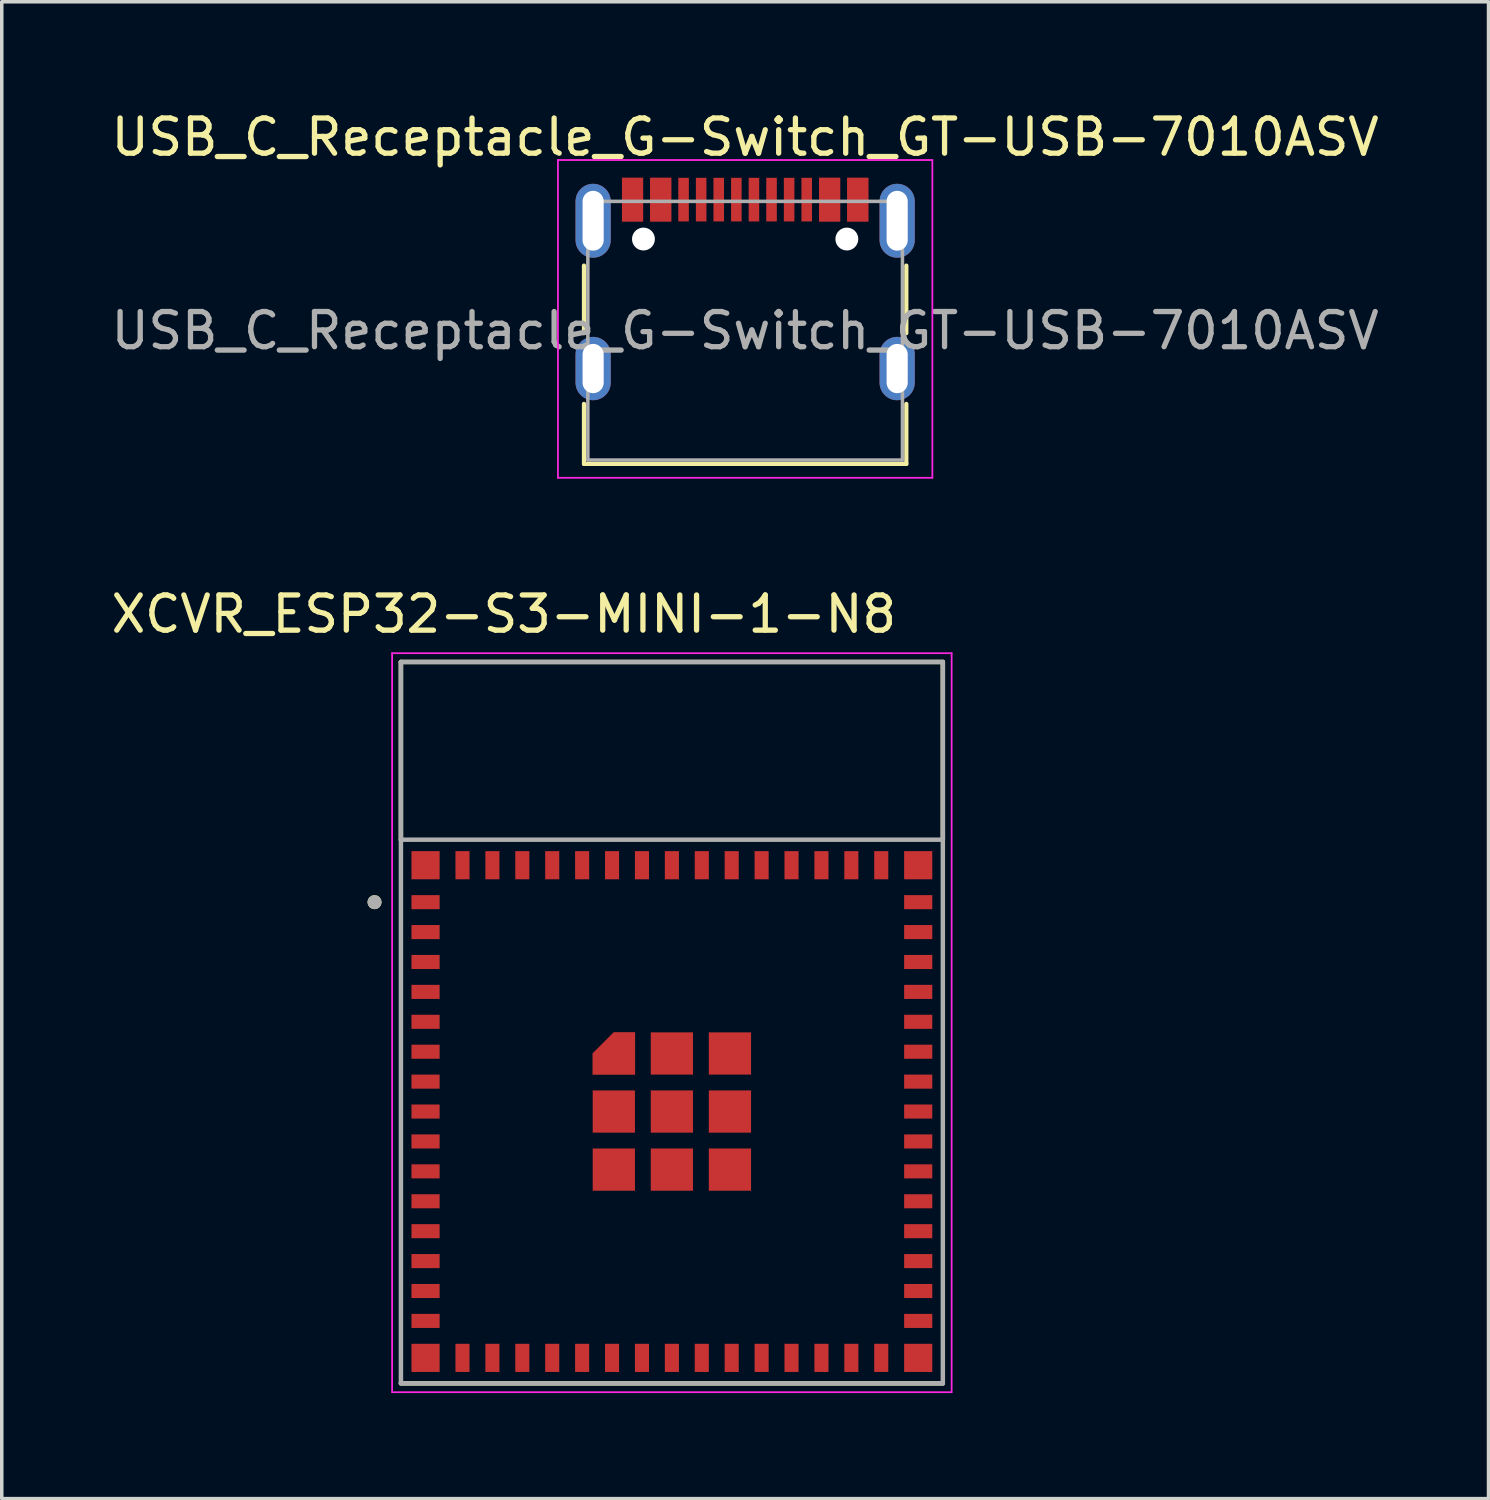
<source format=kicad_pcb>
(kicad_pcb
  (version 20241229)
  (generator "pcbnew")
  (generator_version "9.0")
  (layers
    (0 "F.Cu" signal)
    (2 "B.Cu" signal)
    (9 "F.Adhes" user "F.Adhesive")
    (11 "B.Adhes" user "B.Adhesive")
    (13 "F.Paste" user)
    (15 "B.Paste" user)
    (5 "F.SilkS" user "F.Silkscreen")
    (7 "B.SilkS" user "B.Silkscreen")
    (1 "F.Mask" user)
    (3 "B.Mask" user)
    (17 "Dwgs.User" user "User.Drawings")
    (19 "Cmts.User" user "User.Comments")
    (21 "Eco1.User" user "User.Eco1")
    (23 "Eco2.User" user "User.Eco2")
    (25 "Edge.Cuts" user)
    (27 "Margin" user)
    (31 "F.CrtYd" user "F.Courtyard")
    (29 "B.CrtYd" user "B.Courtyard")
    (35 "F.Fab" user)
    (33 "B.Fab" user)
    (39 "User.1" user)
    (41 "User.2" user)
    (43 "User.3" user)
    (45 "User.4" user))
  (footprint "XCVR_ESP32-S3-MINI-1-N8"
    (layer "F.Cu")
    (at 16.043 28.537)
    (property "Reference" "XCVR_ESP32-S3-MINI-1-N8" (at -4.775 -14.135 0) (layer "F.SilkS") (effects (font (size 1 1) (thickness 0.15))))
    (attr smd)
    (fp_poly (pts (xy -2.35 -0.95) (xy -0.95 -0.95) (xy -0.95 -2.35) (xy -1.7 -2.35) (xy -2.35 -1.7)) (stroke (width 0.01) (type solid)) (fill yes) (layer "F.Mask"))
    (fp_line (start -7.7 -12.775) (end 7.7 -12.775) (stroke (width 0.127) (type solid)) (layer "F.SilkS"))
    (fp_line (start -7.7 -7.725) (end -7.7 -12.775) (stroke (width 0.127) (type solid)) (layer "F.SilkS"))
    (fp_line (start 7.7 -12.775) (end 7.7 -7.725) (stroke (width 0.127) (type solid)) (layer "F.SilkS"))
    (fp_line (start 7.7 7.725) (end -7.7 7.725) (stroke (width 0.127) (type solid)) (layer "F.SilkS"))
    (fp_circle (center -8.45 -5.95) (end -8.35 -5.95) (stroke (width 0.2) (type solid)) (fill no) (layer "F.SilkS"))
    (fp_poly (pts (xy -2.25 -1.05) (xy -1.05 -1.05) (xy -1.05 -2.25) (xy -1.65 -2.25) (xy -2.25 -1.65)) (stroke (width 0.01) (type solid)) (fill yes) (layer "F.Paste"))
    (fp_line (start -7.95 -13.025) (end -7.95 7.975) (stroke (width 0.05) (type solid)) (layer "F.CrtYd"))
    (fp_line (start -7.95 7.975) (end 7.95 7.975) (stroke (width 0.05) (type solid)) (layer "F.CrtYd"))
    (fp_line (start 7.95 -13.025) (end -7.95 -13.025) (stroke (width 0.05) (type solid)) (layer "F.CrtYd"))
    (fp_line (start 7.95 7.975) (end 7.95 -13.025) (stroke (width 0.05) (type solid)) (layer "F.CrtYd"))
    (fp_line (start -7.7 -12.775) (end 7.7 -12.775) (stroke (width 0.127) (type solid)) (layer "F.Fab"))
    (fp_line (start -7.7 -7.725) (end -7.7 -12.775) (stroke (width 0.127) (type solid)) (layer "F.Fab"))
    (fp_line (start -7.7 -7.725) (end 7.7 -7.725) (stroke (width 0.127) (type solid)) (layer "F.Fab"))
    (fp_line (start -7.7 7.725) (end -7.7 -7.725) (stroke (width 0.127) (type solid)) (layer "F.Fab"))
    (fp_line (start 7.7 -12.775) (end 7.7 -7.725) (stroke (width 0.127) (type solid)) (layer "F.Fab"))
    (fp_line (start 7.7 -7.725) (end 7.7 7.725) (stroke (width 0.127) (type solid)) (layer "F.Fab"))
    (fp_line (start 7.7 7.725) (end -7.7 7.725) (stroke (width 0.127) (type solid)) (layer "F.Fab"))
    (fp_circle (center -8.45 -5.95) (end -8.35 -5.95) (stroke (width 0.2) (type solid)) (fill no) (layer "F.Fab"))
    (pad "1" smd rect (at -7 -5.95) (size 0.8 0.4) (layers "F.Cu" "F.Mask" "F.Paste"))
    (pad "2" smd rect (at -7 -5.1) (size 0.8 0.4) (layers "F.Cu" "F.Mask" "F.Paste"))
    (pad "3" smd rect (at -7 -4.25) (size 0.8 0.4) (layers "F.Cu" "F.Mask" "F.Paste"))
    (pad "4" smd rect (at -7 -3.4) (size 0.8 0.4) (layers "F.Cu" "F.Mask" "F.Paste"))
    (pad "5" smd rect (at -7 -2.55) (size 0.8 0.4) (layers "F.Cu" "F.Mask" "F.Paste"))
    (pad "6" smd rect (at -7 -1.7) (size 0.8 0.4) (layers "F.Cu" "F.Mask" "F.Paste"))
    (pad "7" smd rect (at -7 -0.85) (size 0.8 0.4) (layers "F.Cu" "F.Mask" "F.Paste"))
    (pad "8" smd rect (at -7 0) (size 0.8 0.4) (layers "F.Cu" "F.Mask" "F.Paste"))
    (pad "9" smd rect (at -7 0.85) (size 0.8 0.4) (layers "F.Cu" "F.Mask" "F.Paste"))
    (pad "10" smd rect (at -7 1.7) (size 0.8 0.4) (layers "F.Cu" "F.Mask" "F.Paste"))
    (pad "11" smd rect (at -7 2.55) (size 0.8 0.4) (layers "F.Cu" "F.Mask" "F.Paste"))
    (pad "12" smd rect (at -7 3.4) (size 0.8 0.4) (layers "F.Cu" "F.Mask" "F.Paste"))
    (pad "13" smd rect (at -7 4.25) (size 0.8 0.4) (layers "F.Cu" "F.Mask" "F.Paste"))
    (pad "14" smd rect (at -7 5.1) (size 0.8 0.4) (layers "F.Cu" "F.Mask" "F.Paste"))
    (pad "15" smd rect (at -7 5.95) (size 0.8 0.4) (layers "F.Cu" "F.Mask" "F.Paste"))
    (pad "16" smd rect (at -5.95 7) (size 0.4 0.8) (layers "F.Cu" "F.Mask" "F.Paste"))
    (pad "17" smd rect (at -5.1 7) (size 0.4 0.8) (layers "F.Cu" "F.Mask" "F.Paste"))
    (pad "18" smd rect (at -4.25 7) (size 0.4 0.8) (layers "F.Cu" "F.Mask" "F.Paste"))
    (pad "19" smd rect (at -3.4 7) (size 0.4 0.8) (layers "F.Cu" "F.Mask" "F.Paste"))
    (pad "20" smd rect (at -2.55 7) (size 0.4 0.8) (layers "F.Cu" "F.Mask" "F.Paste"))
    (pad "21" smd rect (at -1.7 7) (size 0.4 0.8) (layers "F.Cu" "F.Mask" "F.Paste"))
    (pad "22" smd rect (at -0.85 7) (size 0.4 0.8) (layers "F.Cu" "F.Mask" "F.Paste"))
    (pad "23" smd rect (at 0 7) (size 0.4 0.8) (layers "F.Cu" "F.Mask" "F.Paste"))
    (pad "24" smd rect (at 0.85 7) (size 0.4 0.8) (layers "F.Cu" "F.Mask" "F.Paste"))
    (pad "25" smd rect (at 1.7 7) (size 0.4 0.8) (layers "F.Cu" "F.Mask" "F.Paste"))
    (pad "26" smd rect (at 2.55 7) (size 0.4 0.8) (layers "F.Cu" "F.Mask" "F.Paste"))
    (pad "27" smd rect (at 3.4 7) (size 0.4 0.8) (layers "F.Cu" "F.Mask" "F.Paste"))
    (pad "28" smd rect (at 4.25 7) (size 0.4 0.8) (layers "F.Cu" "F.Mask" "F.Paste"))
    (pad "29" smd rect (at 5.1 7) (size 0.4 0.8) (layers "F.Cu" "F.Mask" "F.Paste"))
    (pad "30" smd rect (at 5.95 7) (size 0.4 0.8) (layers "F.Cu" "F.Mask" "F.Paste"))
    (pad "31" smd rect (at 7 5.95) (size 0.8 0.4) (layers "F.Cu" "F.Mask" "F.Paste"))
    (pad "32" smd rect (at 7 5.1) (size 0.8 0.4) (layers "F.Cu" "F.Mask" "F.Paste"))
    (pad "33" smd rect (at 7 4.25) (size 0.8 0.4) (layers "F.Cu" "F.Mask" "F.Paste"))
    (pad "34" smd rect (at 7 3.4) (size 0.8 0.4) (layers "F.Cu" "F.Mask" "F.Paste"))
    (pad "35" smd rect (at 7 2.55) (size 0.8 0.4) (layers "F.Cu" "F.Mask" "F.Paste"))
    (pad "36" smd rect (at 7 1.7) (size 0.8 0.4) (layers "F.Cu" "F.Mask" "F.Paste"))
    (pad "37" smd rect (at 7 0.85) (size 0.8 0.4) (layers "F.Cu" "F.Mask" "F.Paste"))
    (pad "38" smd rect (at 7 0) (size 0.8 0.4) (layers "F.Cu" "F.Mask" "F.Paste"))
    (pad "39" smd rect (at 7 -0.85) (size 0.8 0.4) (layers "F.Cu" "F.Mask" "F.Paste"))
    (pad "40" smd rect (at 7 -1.7) (size 0.8 0.4) (layers "F.Cu" "F.Mask" "F.Paste"))
    (pad "41" smd rect (at 7 -2.55) (size 0.8 0.4) (layers "F.Cu" "F.Mask" "F.Paste"))
    (pad "42" smd rect (at 7 -3.4) (size 0.8 0.4) (layers "F.Cu" "F.Mask" "F.Paste"))
    (pad "43" smd rect (at 7 -4.25) (size 0.8 0.4) (layers "F.Cu" "F.Mask" "F.Paste"))
    (pad "44" smd rect (at 7 -5.1) (size 0.8 0.4) (layers "F.Cu" "F.Mask" "F.Paste"))
    (pad "45" smd rect (at 7 -5.95) (size 0.8 0.4) (layers "F.Cu" "F.Mask" "F.Paste"))
    (pad "46" smd rect (at 5.95 -7) (size 0.4 0.8) (layers "F.Cu" "F.Mask" "F.Paste"))
    (pad "47" smd rect (at 5.1 -7) (size 0.4 0.8) (layers "F.Cu" "F.Mask" "F.Paste"))
    (pad "48" smd rect (at 4.25 -7) (size 0.4 0.8) (layers "F.Cu" "F.Mask" "F.Paste"))
    (pad "49" smd rect (at 3.4 -7) (size 0.4 0.8) (layers "F.Cu" "F.Mask" "F.Paste"))
    (pad "50" smd rect (at 2.55 -7) (size 0.4 0.8) (layers "F.Cu" "F.Mask" "F.Paste"))
    (pad "51" smd rect (at 1.7 -7) (size 0.4 0.8) (layers "F.Cu" "F.Mask" "F.Paste"))
    (pad "52" smd rect (at 0.85 -7) (size 0.4 0.8) (layers "F.Cu" "F.Mask" "F.Paste"))
    (pad "53" smd rect (at 0 -7) (size 0.4 0.8) (layers "F.Cu" "F.Mask" "F.Paste"))
    (pad "54" smd rect (at -0.85 -7) (size 0.4 0.8) (layers "F.Cu" "F.Mask" "F.Paste"))
    (pad "55" smd rect (at -1.7 -7) (size 0.4 0.8) (layers "F.Cu" "F.Mask" "F.Paste"))
    (pad "56" smd rect (at -2.55 -7) (size 0.4 0.8) (layers "F.Cu" "F.Mask" "F.Paste"))
    (pad "57" smd rect (at -3.4 -7) (size 0.4 0.8) (layers "F.Cu" "F.Mask" "F.Paste"))
    (pad "58" smd rect (at -4.25 -7) (size 0.4 0.8) (layers "F.Cu" "F.Mask" "F.Paste"))
    (pad "59" smd rect (at -5.1 -7) (size 0.4 0.8) (layers "F.Cu" "F.Mask" "F.Paste"))
    (pad "60" smd rect (at -5.95 -7) (size 0.4 0.8) (layers "F.Cu" "F.Mask" "F.Paste"))
    (pad "61" smd rect (at 0 0) (size 1.2 1.2) (layers "F.Cu" "F.Mask" "F.Paste"))
    (pad "61_1" smd custom (at -1.65 -1.65) (size 0.4 0.4) (layers "F.Cu") (options (anchor rect)) (primitives (gr_poly (pts (xy -0.6 0.6) (xy 0.6 0.6) (xy 0.6 -0.6) (xy 0 -0.6) (xy -0.6 0)) (width 0.01) (fill yes))))
    (pad "61_2" smd rect (at 0 -1.65) (size 1.2 1.2) (layers "F.Cu" "F.Mask" "F.Paste"))
    (pad "61_3" smd rect (at 1.65 -1.65) (size 1.2 1.2) (layers "F.Cu" "F.Mask" "F.Paste"))
    (pad "61_4" smd rect (at 1.65 0) (size 1.2 1.2) (layers "F.Cu" "F.Mask" "F.Paste"))
    (pad "61_5" smd rect (at 1.65 1.65) (size 1.2 1.2) (layers "F.Cu" "F.Mask" "F.Paste"))
    (pad "61_6" smd rect (at 0 1.65) (size 1.2 1.2) (layers "F.Cu" "F.Mask" "F.Paste"))
    (pad "61_7" smd rect (at -1.65 1.65) (size 1.2 1.2) (layers "F.Cu" "F.Mask" "F.Paste"))
    (pad "61_8" smd rect (at -1.65 0) (size 1.2 1.2) (layers "F.Cu" "F.Mask" "F.Paste"))
    (pad "62" smd rect (at -7 -7) (size 0.8 0.8) (layers "F.Cu" "F.Mask" "F.Paste"))
    (pad "63" smd rect (at -7 7) (size 0.8 0.8) (layers "F.Cu" "F.Mask" "F.Paste"))
    (pad "64" smd rect (at 7 7) (size 0.8 0.8) (layers "F.Cu" "F.Mask" "F.Paste"))
    (pad "65" smd rect (at 7 -7) (size 0.8 0.8) (layers "F.Cu" "F.Mask" "F.Paste"))
    (zone (net_name "") (layer "F.Cu") (hatch full 0.508) (connect_pads) (min_thickness 0.01) (filled_areas_thickness no) (keepout (tracks not_allowed) (vias not_allowed) (pads not_allowed) (copperpour not_allowed) (footprints allowed)) (placement (enabled no)) (fill) (polygon (pts (xy 8.343 15.761) (xy 23.743 15.761) (xy 23.743 20.811) (xy 8.343 20.811))))
    (zone (net_name "") (layers "F.Cu" "B.Cu") (hatch full 0.508) (connect_pads) (min_thickness 0.01) (filled_areas_thickness no) (keepout (tracks allowed) (vias not_allowed) (pads allowed) (copperpour allowed) (footprints allowed)) (placement (enabled no)) (fill) (polygon (pts (xy 8.343 15.761) (xy 23.743 15.761) (xy 23.743 20.811) (xy 8.343 20.811))))
    (zone (net_name "") (layer "B.Cu") (hatch full 0.508) (connect_pads) (min_thickness 0.01) (filled_areas_thickness no) (keepout (tracks not_allowed) (vias not_allowed) (pads not_allowed) (copperpour not_allowed) (footprints allowed)) (placement (enabled no)) (fill) (polygon (pts (xy 8.343 15.761) (xy 23.743 15.761) (xy 23.743 20.811) (xy 8.343 20.811)))))
  (footprint "USB_C_Receptacle_G-Switch_GT-USB-7010ASV"
    (layer "F.Cu")
    (at 18.125 6.348)
    (property "Reference" "USB_C_Receptacle_G-Switch_GT-USB-7010ASV" (at 0 -5.5 0) (layer "F.SilkS") (effects (font (size 1 1) (thickness 0.15))))
    (attr smd)
    (fp_line (start -4.58 -1.85) (end -4.58 0.07) (stroke (width 0.12) (type solid)) (layer "F.SilkS"))
    (fp_line (start -4.58 3.785) (end -4.58 2.08) (stroke (width 0.12) (type solid)) (layer "F.SilkS"))
    (fp_line (start 4.58 0.07) (end 4.58 -1.85) (stroke (width 0.12) (type solid)) (layer "F.SilkS"))
    (fp_line (start 4.58 2.08) (end 4.58 3.785) (stroke (width 0.12) (type solid)) (layer "F.SilkS"))
    (fp_line (start 4.58 3.785) (end -4.58 3.785) (stroke (width 0.12) (type solid)) (layer "F.SilkS"))
    (fp_line (start -5.32 -4.85) (end 5.32 -4.85) (stroke (width 0.05) (type solid)) (layer "F.CrtYd"))
    (fp_line (start -5.32 4.18) (end -5.32 -4.85) (stroke (width 0.05) (type solid)) (layer "F.CrtYd"))
    (fp_line (start 5.32 -4.85) (end 5.32 4.18) (stroke (width 0.05) (type solid)) (layer "F.CrtYd"))
    (fp_line (start 5.32 4.18) (end -5.32 4.18) (stroke (width 0.05) (type solid)) (layer "F.CrtYd"))
    (fp_line (start -4.47 -3.675) (end -4.47 3.675) (stroke (width 0.1) (type solid)) (layer "F.Fab"))
    (fp_line (start -4.47 -3.675) (end 4.47 -3.675) (stroke (width 0.1) (type solid)) (layer "F.Fab"))
    (fp_line (start -4.47 3.675) (end 4.47 3.675) (stroke (width 0.1) (type solid)) (layer "F.Fab"))
    (fp_line (start 4.47 3.675) (end 4.47 -3.675) (stroke (width 0.1) (type solid)) (layer "F.Fab"))
    (fp_text user "${REFERENCE}" (at 0 0 0) (layer "F.Fab") (effects (font (size 1 1) (thickness 0.15))))
    (pad "" np_thru_hole circle (at -2.89 -2.605) (size 0.65 0.65) (drill 0.65) (layers "*.Cu" "*.Mask"))
    (pad "" np_thru_hole circle (at 2.89 -2.605) (size 0.65 0.65) (drill 0.65) (layers "*.Cu" "*.Mask"))
    (pad "A1" smd rect (at -3.2 -3.725) (size 0.6 1.24) (layers "F.Cu" "F.Mask" "F.Paste"))
    (pad "A4" smd rect (at -2.4 -3.725) (size 0.6 1.24) (layers "F.Cu" "F.Mask" "F.Paste"))
    (pad "A5" smd rect (at -1.25 -3.725) (size 0.3 1.24) (layers "F.Cu" "F.Mask" "F.Paste"))
    (pad "A6" smd rect (at -0.25 -3.725) (size 0.3 1.24) (layers "F.Cu" "F.Mask" "F.Paste"))
    (pad "A7" smd rect (at 0.25 -3.725) (size 0.3 1.24) (layers "F.Cu" "F.Mask" "F.Paste"))
    (pad "A8" smd rect (at 1.25 -3.725) (size 0.3 1.24) (layers "F.Cu" "F.Mask" "F.Paste"))
    (pad "A9" smd rect (at 2.4 -3.725) (size 0.6 1.24) (layers "F.Cu" "F.Mask" "F.Paste"))
    (pad "A12" smd rect (at 3.2 -3.725) (size 0.6 1.24) (layers "F.Cu" "F.Mask" "F.Paste"))
    (pad "B1" smd rect (at 3.2 -3.725) (size 0.6 1.24) (layers "F.Cu" "F.Mask" "F.Paste"))
    (pad "B4" smd rect (at 2.4 -3.725) (size 0.6 1.24) (layers "F.Cu" "F.Mask" "F.Paste"))
    (pad "B5" smd rect (at 1.75 -3.725) (size 0.3 1.24) (layers "F.Cu" "F.Mask" "F.Paste"))
    (pad "B6" smd rect (at 0.75 -3.725) (size 0.3 1.24) (layers "F.Cu" "F.Mask" "F.Paste"))
    (pad "B7" smd rect (at -0.75 -3.725) (size 0.3 1.24) (layers "F.Cu" "F.Mask" "F.Paste"))
    (pad "B8" smd rect (at -1.75 -3.725) (size 0.3 1.24) (layers "F.Cu" "F.Mask" "F.Paste"))
    (pad "B9" smd rect (at -2.4 -3.725) (size 0.6 1.24) (layers "F.Cu" "F.Mask" "F.Paste"))
    (pad "B12" smd rect (at -3.2 -3.725) (size 0.6 1.24) (layers "F.Cu" "F.Mask" "F.Paste"))
    (pad "S1" thru_hole oval (at -4.32 -3.125) (size 1 2.1) (drill oval 0.6 1.7) (layers "*.Cu" "*.Mask"))
    (pad "S1" thru_hole oval (at -4.32 1.075) (size 1 1.8) (drill oval 0.6 1.4) (layers "*.Cu" "*.Mask"))
    (pad "S1" thru_hole oval (at 4.32 -3.125) (size 1 2.1) (drill oval 0.6 1.7) (layers "*.Cu" "*.Mask"))
    (pad "S1" thru_hole oval (at 4.32 1.075) (size 1 1.8) (drill oval 0.6 1.4) (layers "*.Cu" "*.Mask")))
  (gr_rect
    (start -3 -3)
    (end 39.25 39.536)
    (stroke (width 0.1) (type default))
    (fill no)
    (layer "Edge.Cuts")))
</source>
